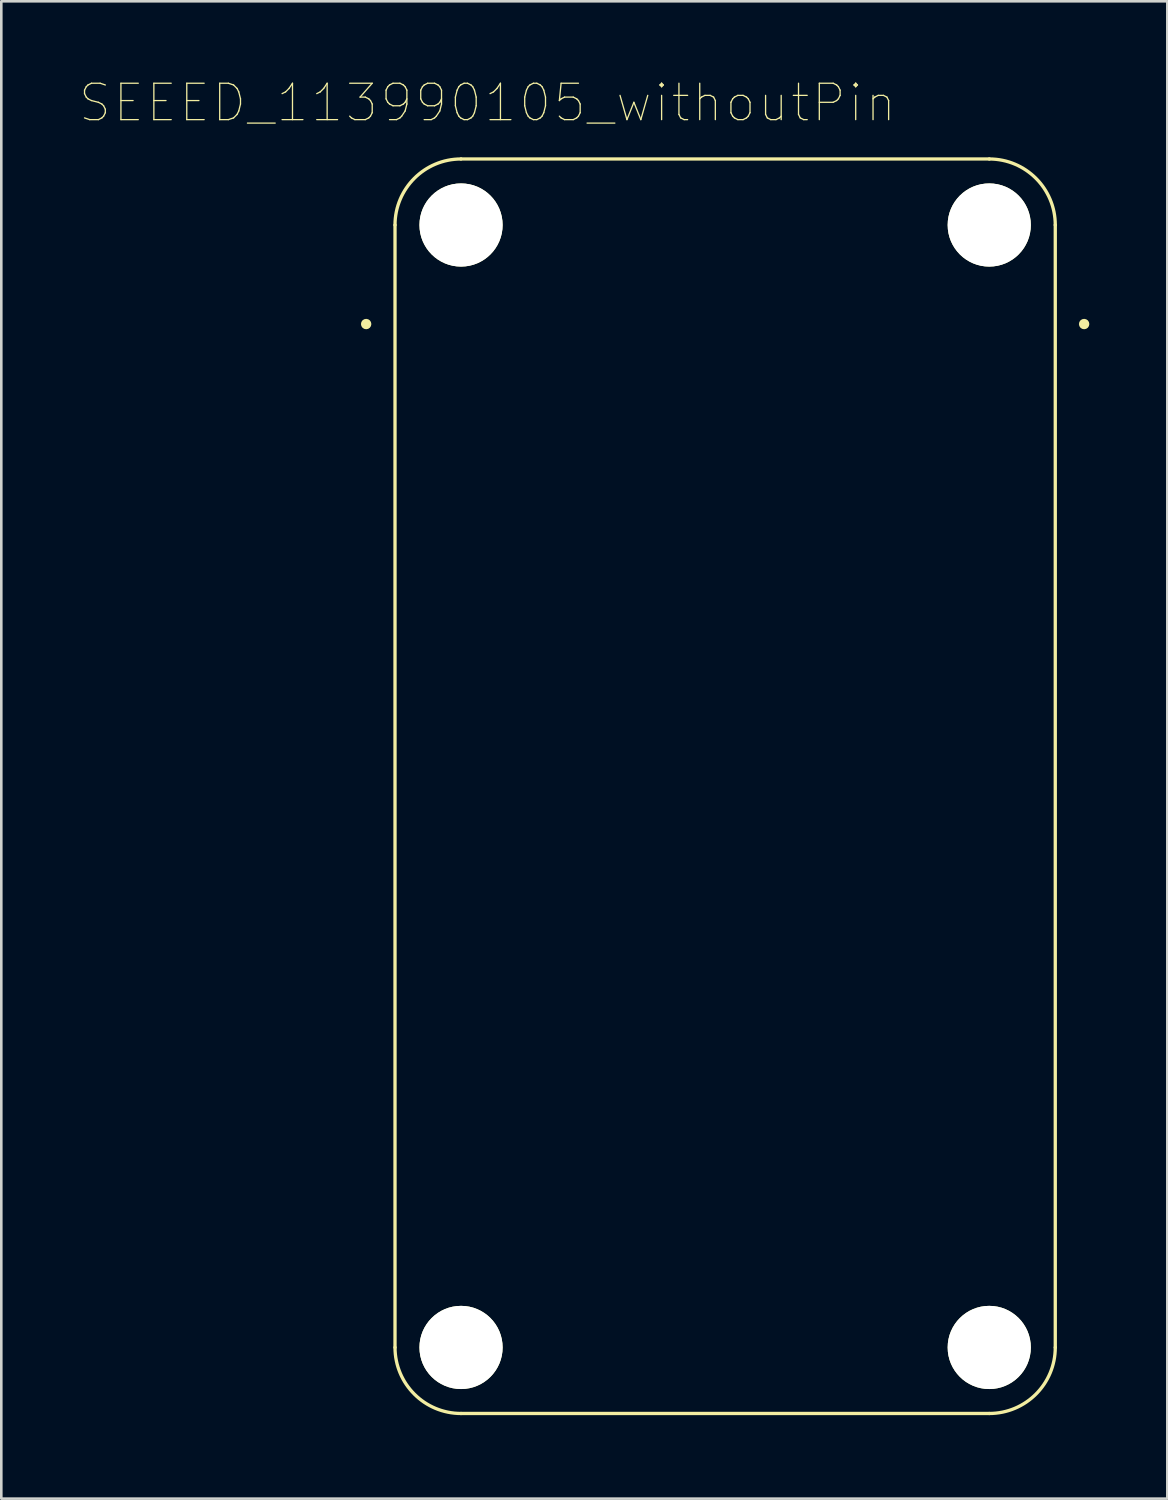
<source format=kicad_pcb>
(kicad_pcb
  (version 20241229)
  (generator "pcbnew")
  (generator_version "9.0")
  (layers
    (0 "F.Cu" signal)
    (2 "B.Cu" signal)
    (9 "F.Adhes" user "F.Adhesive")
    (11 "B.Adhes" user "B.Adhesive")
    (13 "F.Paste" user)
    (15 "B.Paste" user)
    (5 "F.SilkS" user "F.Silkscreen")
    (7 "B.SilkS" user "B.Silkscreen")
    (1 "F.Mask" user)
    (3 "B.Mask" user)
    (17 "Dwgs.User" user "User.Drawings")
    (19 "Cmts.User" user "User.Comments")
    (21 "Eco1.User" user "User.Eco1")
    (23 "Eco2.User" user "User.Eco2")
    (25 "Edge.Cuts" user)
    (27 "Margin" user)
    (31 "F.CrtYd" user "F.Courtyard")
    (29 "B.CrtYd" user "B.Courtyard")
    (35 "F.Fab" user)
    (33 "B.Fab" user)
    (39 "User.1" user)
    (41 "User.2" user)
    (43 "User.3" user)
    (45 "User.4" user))
  (footprint "SEEED_113990105_withoutPin"
    (layer "F.Cu")
    (at 24.846 27.196)
    (property "Reference" "SEEED_113990105_withoutPin" (at -9.144 -26.289 0) (layer "F.SilkS") (effects (font (size 1.4 1.4) (thickness 0.05))))
    (attr through_hole)
    (fp_line (start -12.7 21.59) (end -12.7 -21.59) (stroke (width 0.127) (type solid)) (layer "F.SilkS"))
    (fp_line (start -10.16 -24.13) (end 10.16 -24.13) (stroke (width 0.127) (type solid)) (layer "F.SilkS"))
    (fp_line (start 10.16 24.13) (end -10.16 24.13) (stroke (width 0.127) (type solid)) (layer "F.SilkS"))
    (fp_line (start 12.7 -21.59) (end 12.7 21.59) (stroke (width 0.127) (type solid)) (layer "F.SilkS"))
    (fp_arc (start -12.7 -21.59) (mid -11.956051 -23.386051) (end -10.16 -24.13) (stroke (width 0.127) (type solid)) (layer "F.SilkS"))
    (fp_arc (start -10.16 24.13) (mid -11.956051 23.386051) (end -12.7 21.59) (stroke (width 0.127) (type solid)) (layer "F.SilkS"))
    (fp_arc (start 10.16 -24.13) (mid 11.956051 -23.386051) (end 12.7 -21.59) (stroke (width 0.127) (type solid)) (layer "F.SilkS"))
    (fp_arc (start 12.7 21.59) (mid 11.956051 23.386051) (end 10.16 24.13) (stroke (width 0.127) (type solid)) (layer "F.SilkS"))
    (fp_circle (center -13.81 -17.78) (end -13.71 -17.78) (stroke (width 0.2) (type solid)) (fill no) (layer "F.SilkS"))
    (fp_circle (center 13.81 -17.78) (end 13.91 -17.78) (stroke (width 0.2) (type solid)) (fill no) (layer "F.SilkS"))
    (fp_line (start -12.95 21.59) (end -12.95 -21.59) (stroke (width 0.05) (type solid)) (layer "Eco1.User"))
    (fp_line (start -10.16 -24.38) (end 10.16 -24.38) (stroke (width 0.05) (type solid)) (layer "Eco1.User"))
    (fp_line (start 10.16 24.38) (end -10.16 24.38) (stroke (width 0.05) (type solid)) (layer "Eco1.User"))
    (fp_line (start 12.95 -21.59) (end 12.95 21.59) (stroke (width 0.05) (type solid)) (layer "Eco1.User"))
    (fp_arc (start -12.95 -21.59) (mid -12.132828 -23.562828) (end -10.16 -24.38) (stroke (width 0.05) (type solid)) (layer "Eco1.User"))
    (fp_arc (start -10.16 24.38) (mid -12.132828 23.562828) (end -12.95 21.59) (stroke (width 0.05) (type solid)) (layer "Eco1.User"))
    (fp_arc (start 10.16 -24.38) (mid 12.132828 -23.562828) (end 12.95 -21.59) (stroke (width 0.05) (type solid)) (layer "Eco1.User"))
    (fp_arc (start 12.95 21.59) (mid 12.132828 23.562828) (end 10.16 24.38) (stroke (width 0.05) (type solid)) (layer "Eco1.User"))
    (fp_line (start -12.7 21.59) (end -12.7 -21.59) (stroke (width 0.127) (type solid)) (layer "Eco2.User"))
    (fp_line (start -10.16 -24.13) (end 10.16 -24.13) (stroke (width 0.127) (type solid)) (layer "Eco2.User"))
    (fp_line (start 10.16 24.13) (end -10.16 24.13) (stroke (width 0.127) (type solid)) (layer "Eco2.User"))
    (fp_line (start 12.7 -21.59) (end 12.7 21.59) (stroke (width 0.127) (type solid)) (layer "Eco2.User"))
    (fp_arc (start -12.7 -21.59) (mid -11.956051 -23.386051) (end -10.16 -24.13) (stroke (width 0.127) (type solid)) (layer "Eco2.User"))
    (fp_arc (start -10.16 24.13) (mid -11.956051 23.386051) (end -12.7 21.59) (stroke (width 0.127) (type solid)) (layer "Eco2.User"))
    (fp_arc (start 10.16 -24.13) (mid 11.956051 -23.386051) (end 12.7 -21.59) (stroke (width 0.127) (type solid)) (layer "Eco2.User"))
    (fp_arc (start 12.7 21.59) (mid 11.956051 23.386051) (end 10.16 24.13) (stroke (width 0.127) (type solid)) (layer "Eco2.User"))
    (fp_circle (center -13.81 -17.78) (end -13.71 -17.78) (stroke (width 0.2) (type solid)) (fill no) (layer "Eco2.User"))
    (fp_circle (center 13.81 -17.78) (end 13.91 -17.78) (stroke (width 0.2) (type solid)) (fill no) (layer "Eco2.User"))
    (pad "" np_thru_hole circle (at -10.16 -21.59) (size 3.2 3.2) (drill 3.2) (layers "*.Cu" "*.Mask" "F.SilkS"))
    (pad "" np_thru_hole circle (at -10.16 21.59) (size 3.2 3.2) (drill 3.2) (layers "*.Cu" "*.Mask" "F.SilkS"))
    (pad "" np_thru_hole circle (at 10.16 -21.59) (size 3.2 3.2) (drill 3.2) (layers "*.Cu" "*.Mask" "F.SilkS"))
    (pad "" np_thru_hole circle (at 10.16 21.59) (size 3.2 3.2) (drill 3.2) (layers "*.Cu" "*.Mask" "F.SilkS")))
  (gr_rect
    (start -3 -3)
    (end 41.856 54.601)
    (stroke (width 0.1) (type default))
    (fill no)
    (layer "Edge.Cuts")))
</source>
